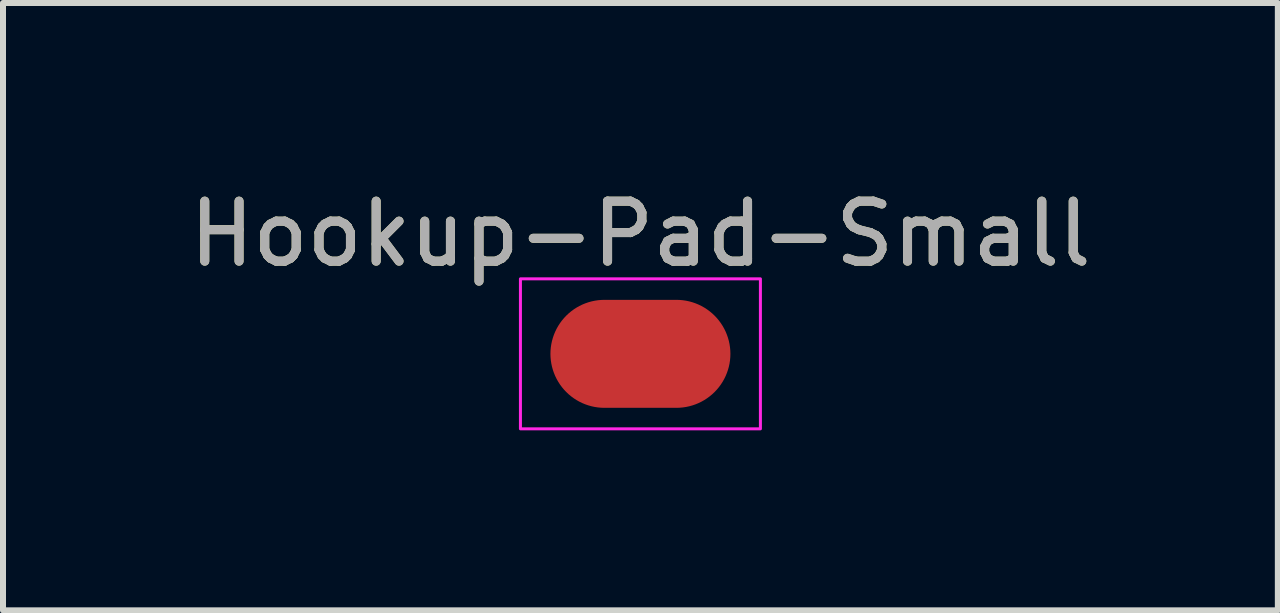
<source format=kicad_pcb>
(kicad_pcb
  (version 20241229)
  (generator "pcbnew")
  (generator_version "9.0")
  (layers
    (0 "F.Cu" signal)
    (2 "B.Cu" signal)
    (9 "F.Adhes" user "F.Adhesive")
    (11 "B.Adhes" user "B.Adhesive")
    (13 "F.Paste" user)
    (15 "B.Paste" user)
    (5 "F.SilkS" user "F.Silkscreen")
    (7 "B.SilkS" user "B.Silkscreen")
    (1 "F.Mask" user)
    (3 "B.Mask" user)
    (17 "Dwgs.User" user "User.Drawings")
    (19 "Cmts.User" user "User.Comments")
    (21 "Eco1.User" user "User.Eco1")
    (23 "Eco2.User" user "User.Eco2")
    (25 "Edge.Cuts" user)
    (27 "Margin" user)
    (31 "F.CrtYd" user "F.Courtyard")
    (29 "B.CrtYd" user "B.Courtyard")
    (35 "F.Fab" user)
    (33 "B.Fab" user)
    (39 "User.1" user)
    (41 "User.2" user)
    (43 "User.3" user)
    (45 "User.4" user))
  (footprint "Hookup-Pad-Small"
    (layer "F.Cu")
    (at 7.625 2.848)
    (property "Reference" "Hookup-Pad-Small" (at 0 -2 0) (layer "F.SilkS") (effects (font (size 1 1) (thickness 0.15))))
    (attr exclude_from_pos_files exclude_from_bom)
    (fp_rect (start -2 -1.25) (end 2 1.25) (stroke (width 0.05) (type default)) (fill no) (layer "F.CrtYd"))
    (fp_text user "${REFERENCE}" (at 0 -2 0) (layer "F.Fab") (effects (font (size 1 1) (thickness 0.15))))
    (pad "1" smd oval (at 0 0) (size 3 1.8) (layers "F.Cu" "F.Mask")))
  (gr_rect
    (start -3 -3)
    (end 18.25 7.123)
    (stroke (width 0.1) (type default))
    (fill no)
    (layer "Edge.Cuts")))
</source>
